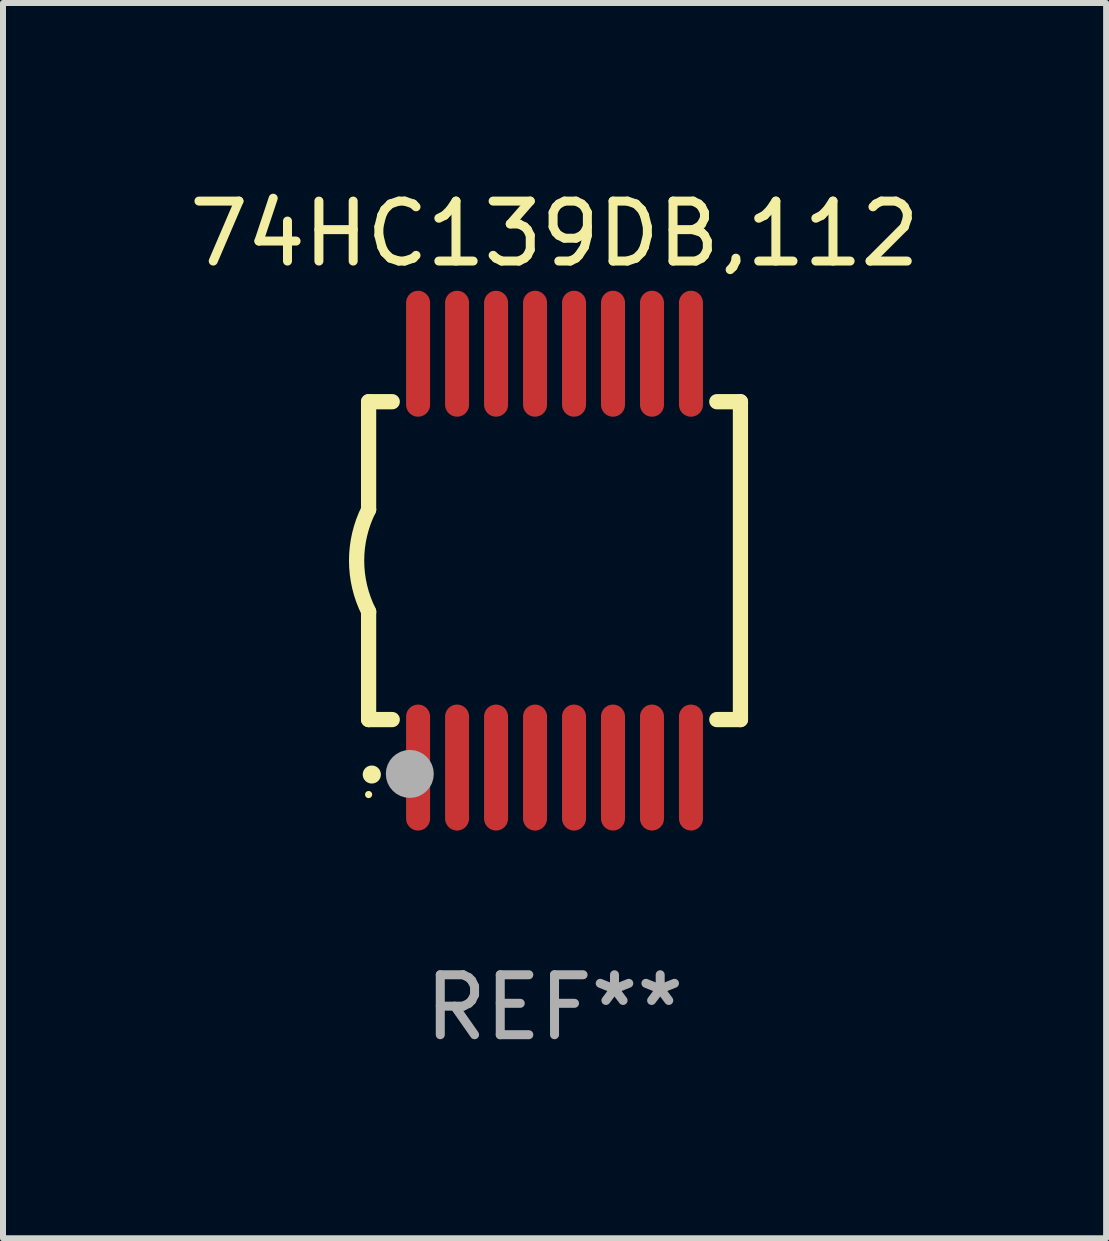
<source format=kicad_pcb>
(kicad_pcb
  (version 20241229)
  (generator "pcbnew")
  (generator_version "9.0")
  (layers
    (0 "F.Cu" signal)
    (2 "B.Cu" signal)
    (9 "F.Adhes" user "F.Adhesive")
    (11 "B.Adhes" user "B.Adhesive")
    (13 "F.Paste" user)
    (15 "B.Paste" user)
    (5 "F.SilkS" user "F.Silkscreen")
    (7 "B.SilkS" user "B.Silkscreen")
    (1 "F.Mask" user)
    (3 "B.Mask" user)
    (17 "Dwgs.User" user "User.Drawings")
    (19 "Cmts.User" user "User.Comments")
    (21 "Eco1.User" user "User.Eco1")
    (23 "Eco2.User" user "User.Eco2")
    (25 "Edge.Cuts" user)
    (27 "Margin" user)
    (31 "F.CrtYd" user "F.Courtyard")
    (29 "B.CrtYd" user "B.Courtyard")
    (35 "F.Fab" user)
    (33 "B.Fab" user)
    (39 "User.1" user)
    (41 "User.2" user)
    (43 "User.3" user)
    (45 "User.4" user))
  (footprint "74HC139DB,112"
    (layer "F.Cu")
    (at 6.196 6.298)
    (property "Reference" "74HC139DB,112" (at 0 -5.45 0) (layer "F.SilkS") (effects (font (size 1 1) (thickness 0.15))))
    (attr through_hole)
    (fp_line (start -3.1 -2.65) (end -3.1 -0.85) (stroke (width 0.254) (type solid)) (layer "F.SilkS"))
    (fp_line (start -3.1 -2.65) (end -2.706 -2.65) (stroke (width 0.254) (type solid)) (layer "F.SilkS"))
    (fp_line (start -3.1 2.65) (end -3.1 0.85) (stroke (width 0.254) (type solid)) (layer "F.SilkS"))
    (fp_line (start -3.1 2.65) (end -2.706 2.65) (stroke (width 0.254) (type solid)) (layer "F.SilkS"))
    (fp_line (start 2.706 -2.65) (end 3.1 -2.65) (stroke (width 0.254) (type solid)) (layer "F.SilkS"))
    (fp_line (start 2.706 2.65) (end 3.1 2.65) (stroke (width 0.254) (type solid)) (layer "F.SilkS"))
    (fp_line (start 3.1 -2.65) (end 3.1 2.65) (stroke (width 0.254) (type solid)) (layer "F.SilkS"))
    (fp_arc (start -3.098907 0.850902) (mid -3.300057 0.000523) (end -3.1 -0.850114) (stroke (width 0.254001) (type solid)) (layer "F.SilkS"))
    (fp_arc (start -3.048006 3.566066) (mid -3.046736 3.566061) (end -3.045466 3.566066) (stroke (width 0.3) (type solid)) (layer "F.SilkS"))
    (fp_circle (center -3.1 3.9) (end -3.07 3.9) (stroke (width 0.06) (type solid)) (fill no) (layer "F.SilkS"))
    (fp_circle (center -2.413 3.556) (end -2.213 3.556) (stroke (width 0.4) (type solid)) (fill no) (layer "F.Fab"))
    (fp_text user "REF**" (at 0 7.45 0) (layer "F.Fab") (effects (font (size 1 1) (thickness 0.15))))
    (pad "1" smd oval (at -2.275 3.45 180) (size 0.4 2.1) (layers "F.Cu" "F.Mask" "F.Paste"))
    (pad "2" smd oval (at -1.625 3.45 180) (size 0.4 2.1) (layers "F.Cu" "F.Mask" "F.Paste"))
    (pad "3" smd oval (at -0.975 3.45 180) (size 0.4 2.1) (layers "F.Cu" "F.Mask" "F.Paste"))
    (pad "4" smd oval (at -0.325 3.45 180) (size 0.4 2.1) (layers "F.Cu" "F.Mask" "F.Paste"))
    (pad "5" smd oval (at 0.325 3.45 180) (size 0.4 2.1) (layers "F.Cu" "F.Mask" "F.Paste"))
    (pad "6" smd oval (at 0.975 3.45 180) (size 0.4 2.1) (layers "F.Cu" "F.Mask" "F.Paste"))
    (pad "7" smd oval (at 1.625 3.45 180) (size 0.4 2.1) (layers "F.Cu" "F.Mask" "F.Paste"))
    (pad "8" smd oval (at 2.275 3.45 180) (size 0.4 2.1) (layers "F.Cu" "F.Mask" "F.Paste"))
    (pad "9" smd oval (at 2.275 -3.45 180) (size 0.4 2.1) (layers "F.Cu" "F.Mask" "F.Paste"))
    (pad "10" smd oval (at 1.625 -3.45 180) (size 0.4 2.1) (layers "F.Cu" "F.Mask" "F.Paste"))
    (pad "11" smd oval (at 0.975 -3.45 180) (size 0.4 2.1) (layers "F.Cu" "F.Mask" "F.Paste"))
    (pad "12" smd oval (at 0.325 -3.45 180) (size 0.4 2.1) (layers "F.Cu" "F.Mask" "F.Paste"))
    (pad "13" smd oval (at -0.325 -3.45 180) (size 0.4 2.1) (layers "F.Cu" "F.Mask" "F.Paste"))
    (pad "14" smd oval (at -0.975 -3.45 180) (size 0.4 2.1) (layers "F.Cu" "F.Mask" "F.Paste"))
    (pad "15" smd oval (at -1.625 -3.45 180) (size 0.4 2.1) (layers "F.Cu" "F.Mask" "F.Paste"))
    (pad "16" smd oval (at -2.275 -3.45 180) (size 0.4 2.1) (layers "F.Cu" "F.Mask" "F.Paste")))
  (gr_rect
    (start -3 -3)
    (end 15.393 17.597)
    (stroke (width 0.1) (type default))
    (fill no)
    (layer "Edge.Cuts")))
</source>
